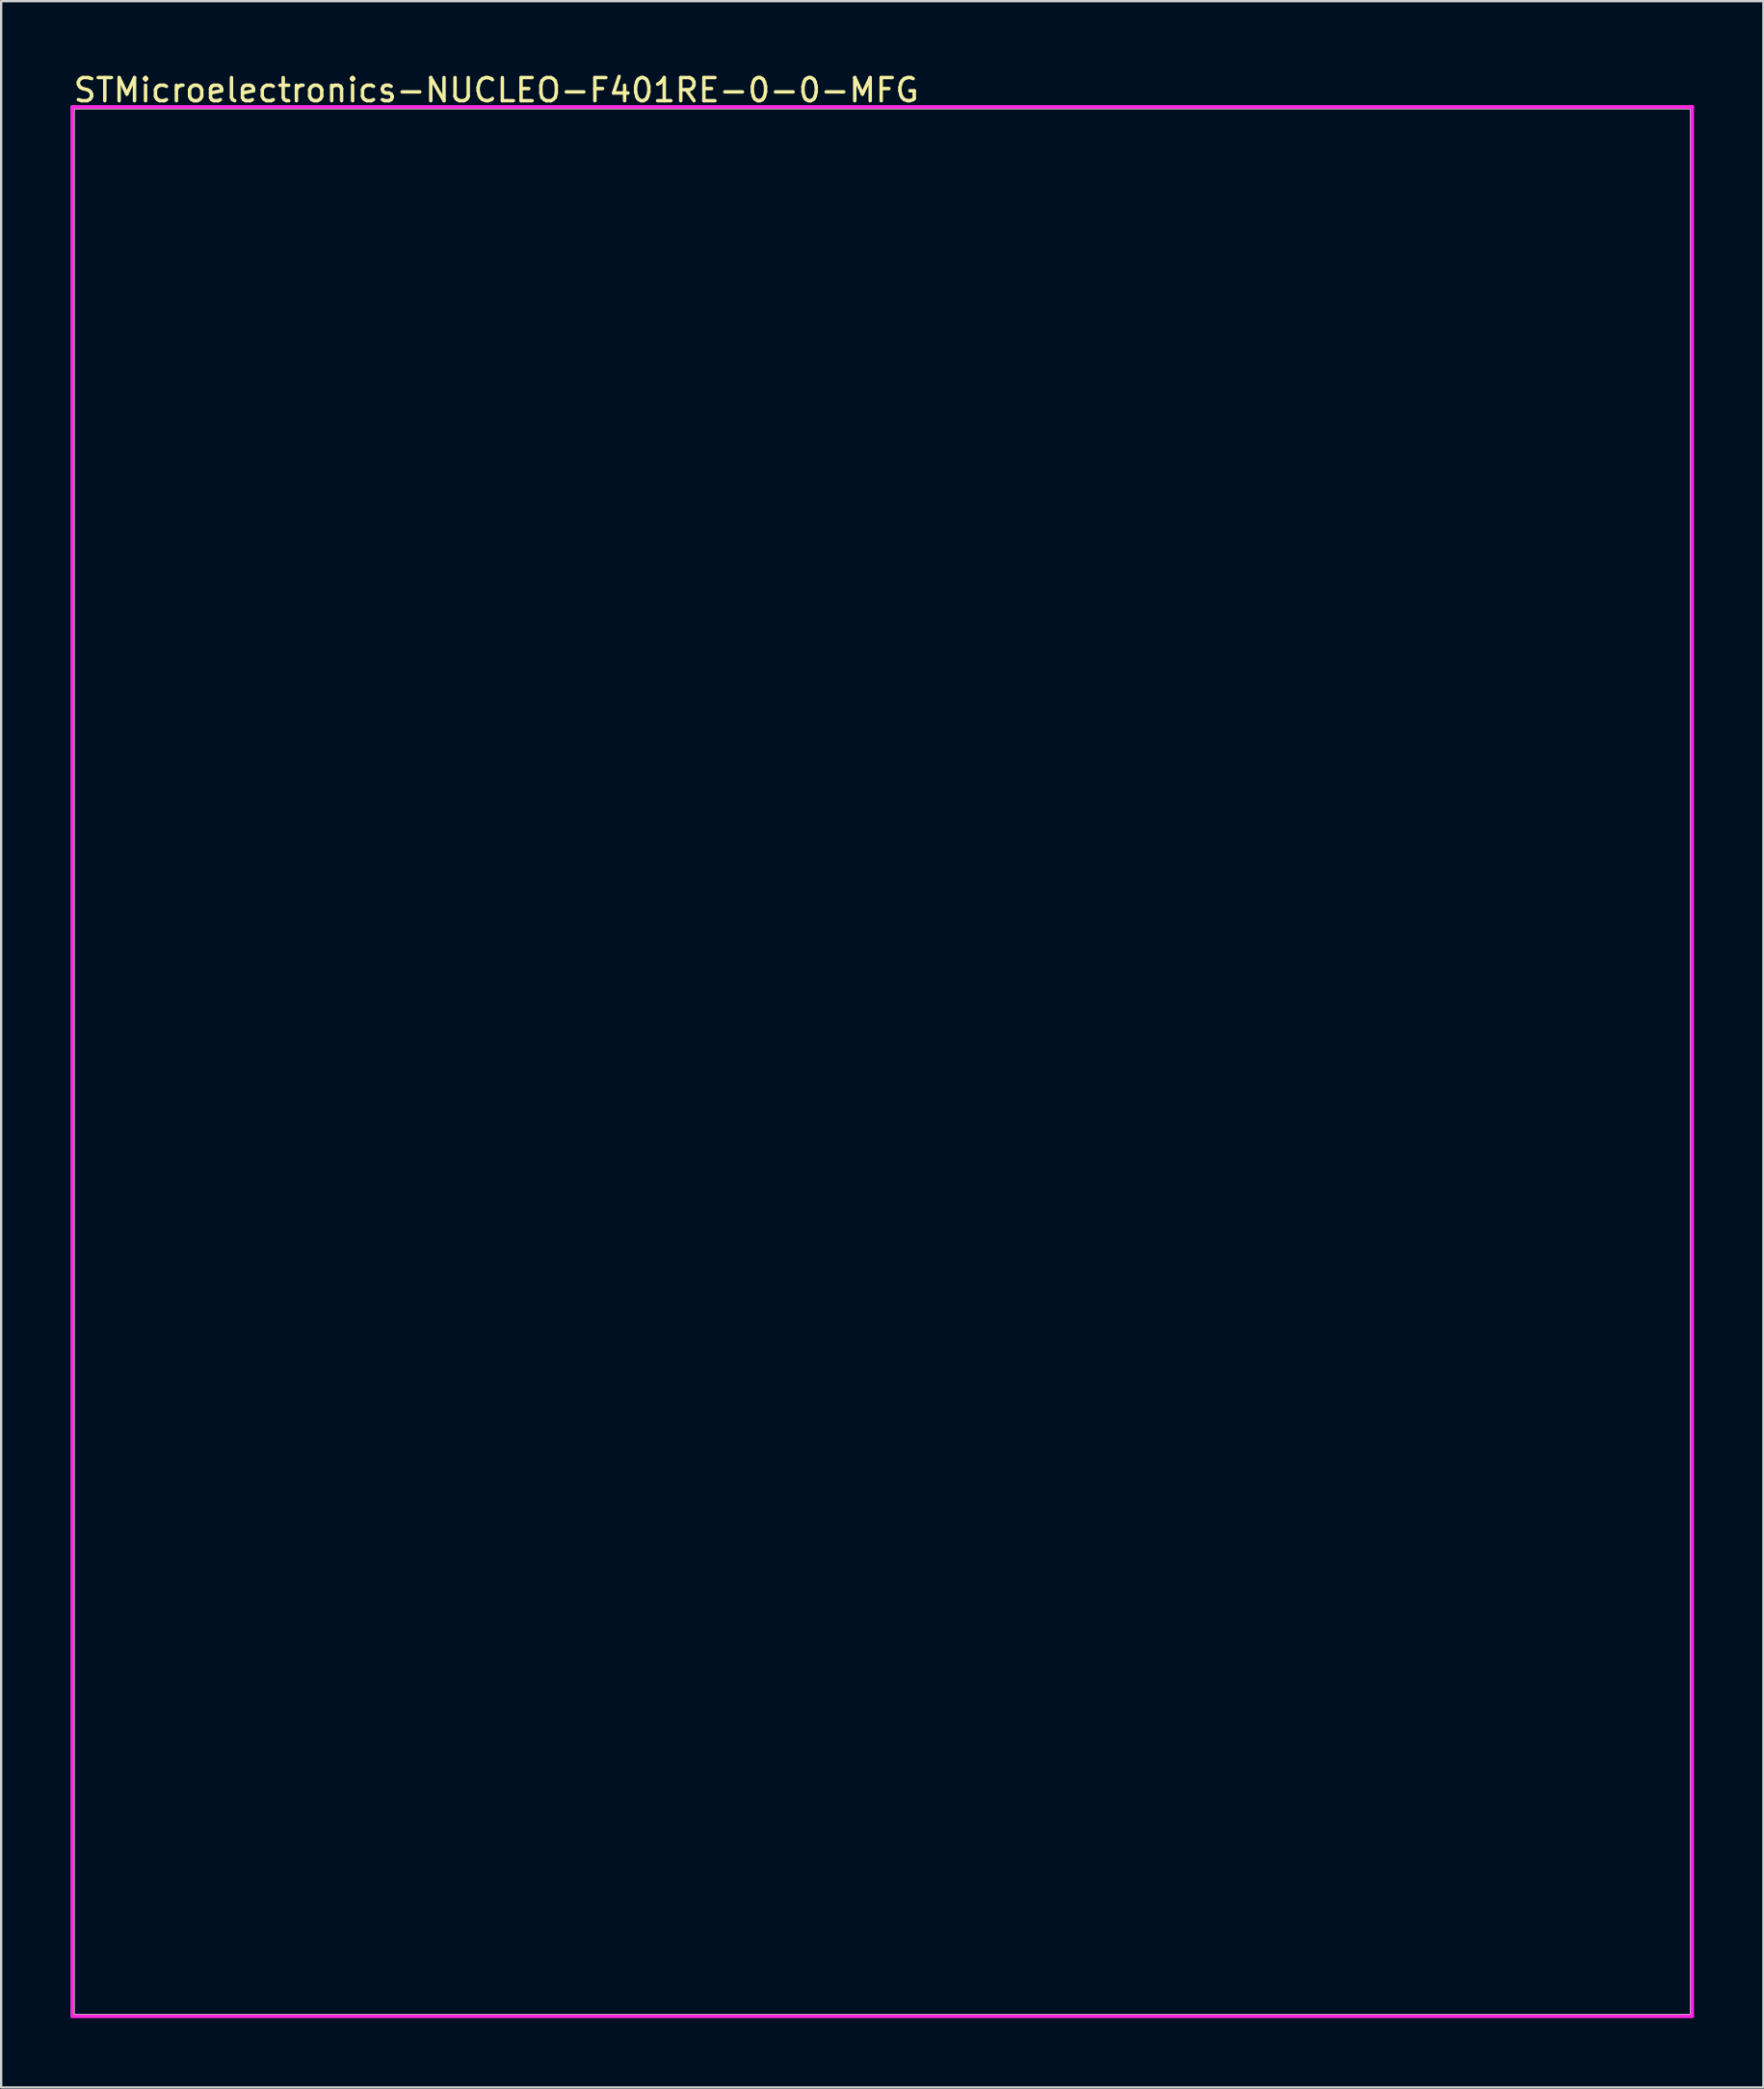
<source format=kicad_pcb>
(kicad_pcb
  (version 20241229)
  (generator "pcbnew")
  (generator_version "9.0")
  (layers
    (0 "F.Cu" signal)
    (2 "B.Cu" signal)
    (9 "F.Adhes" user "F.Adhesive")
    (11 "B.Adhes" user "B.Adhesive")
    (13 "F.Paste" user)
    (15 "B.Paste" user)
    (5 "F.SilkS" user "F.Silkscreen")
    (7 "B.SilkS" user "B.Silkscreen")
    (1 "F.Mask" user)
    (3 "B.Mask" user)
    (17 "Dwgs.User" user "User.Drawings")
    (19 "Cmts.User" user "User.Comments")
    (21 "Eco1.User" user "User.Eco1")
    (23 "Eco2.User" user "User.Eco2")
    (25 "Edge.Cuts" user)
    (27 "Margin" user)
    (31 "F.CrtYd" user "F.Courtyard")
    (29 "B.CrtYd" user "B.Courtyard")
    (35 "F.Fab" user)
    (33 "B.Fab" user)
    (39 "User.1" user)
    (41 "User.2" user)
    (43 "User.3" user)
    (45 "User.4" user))
  (footprint "STMicroelectronics-NUCLEO-F401RE-0-0-MFG"
    (layer "F.Cu")
    (at 35.1 42.848)
    (property "Reference" "STMicroelectronics-NUCLEO-F401RE-0-0-MFG" (at -35.05 -42 0) (layer "F.SilkS") (effects (font (size 1 1) (thickness 0.15)) (justify left)))
    (attr through_hole)
    (fp_line (start -35 -41.25) (end 35 -41.25) (stroke (width 0.15) (type solid)) (layer "F.SilkS"))
    (fp_line (start -35 41.25) (end -35 -41.25) (stroke (width 0.15) (type solid)) (layer "F.SilkS"))
    (fp_line (start -35 41.25) (end 35 41.25) (stroke (width 0.15) (type solid)) (layer "F.SilkS"))
    (fp_line (start 35 41.25) (end 35 -41.25) (stroke (width 0.15) (type solid)) (layer "F.SilkS"))
    (fp_line (start -35.025 -41.275) (end -35.025 41.275) (stroke (width 0.15) (type solid)) (layer "F.CrtYd"))
    (fp_line (start -35.025 41.275) (end 35.025 41.275) (stroke (width 0.15) (type solid)) (layer "F.CrtYd"))
    (fp_line (start 35.025 -41.275) (end -35.025 -41.275) (stroke (width 0.15) (type solid)) (layer "F.CrtYd"))
    (fp_line (start 35.025 -41.275) (end 35.025 -41.275) (stroke (width 0.15) (type solid)) (layer "F.CrtYd"))
    (fp_line (start 35.025 41.275) (end 35.025 -41.275) (stroke (width 0.15) (type solid)) (layer "F.CrtYd"))
    (fp_line (start -35 -41.25) (end 35 -41.25) (stroke (width 0.15) (type solid)) (layer "F.Fab"))
    (fp_line (start -35 41.25) (end -35 -41.25) (stroke (width 0.15) (type solid)) (layer "F.Fab"))
    (fp_line (start 35 -41.25) (end 35 41.25) (stroke (width 0.15) (type solid)) (layer "F.Fab"))
    (fp_line (start 35 41.25) (end -35 41.25) (stroke (width 0.15) (type solid)) (layer "F.Fab")))
  (gr_rect
    (start -3 -3)
    (end 73.2 87.198)
    (stroke (width 0.1) (type default))
    (fill no)
    (layer "Edge.Cuts")))
</source>
